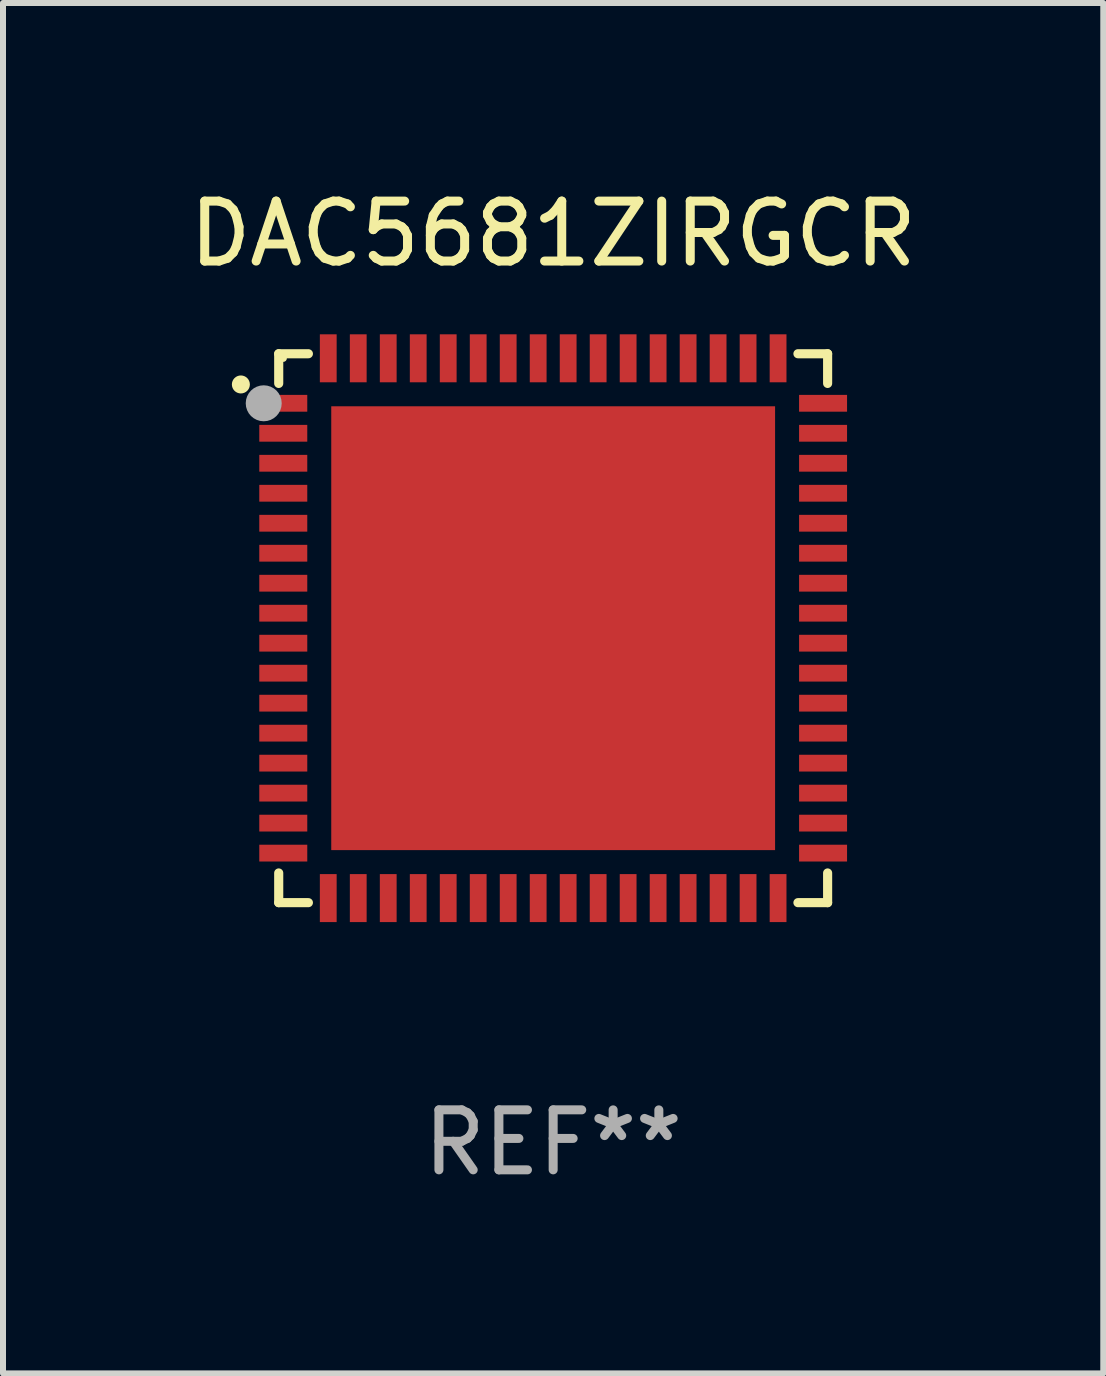
<source format=kicad_pcb>
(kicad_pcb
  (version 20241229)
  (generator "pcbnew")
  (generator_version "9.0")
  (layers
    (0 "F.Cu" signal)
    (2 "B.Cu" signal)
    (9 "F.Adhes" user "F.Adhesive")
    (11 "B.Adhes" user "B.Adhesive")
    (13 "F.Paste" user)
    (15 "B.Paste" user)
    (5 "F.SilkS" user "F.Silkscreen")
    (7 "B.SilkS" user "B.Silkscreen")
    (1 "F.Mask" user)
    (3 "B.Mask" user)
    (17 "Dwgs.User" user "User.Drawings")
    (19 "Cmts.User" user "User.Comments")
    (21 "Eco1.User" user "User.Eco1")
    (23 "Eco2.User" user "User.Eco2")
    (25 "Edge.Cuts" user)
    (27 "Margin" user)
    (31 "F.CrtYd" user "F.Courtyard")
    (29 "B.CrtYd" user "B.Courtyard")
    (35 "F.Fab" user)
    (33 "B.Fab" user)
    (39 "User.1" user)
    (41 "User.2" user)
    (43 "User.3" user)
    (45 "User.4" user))
  (footprint "DAC5681ZIRGCR"
    (layer "F.Cu")
    (at 6.173 7.424)
    (property "Reference" "DAC5681ZIRGCR" (at 0 -6.576 0) (layer "F.SilkS") (effects (font (size 1 1) (thickness 0.15))))
    (attr through_hole)
    (fp_line (start -4.576 -4.576) (end -4.576 -4.081) (stroke (width 0.152) (type solid)) (layer "F.SilkS"))
    (fp_line (start -4.576 4.576) (end -4.576 4.081) (stroke (width 0.152) (type solid)) (layer "F.SilkS"))
    (fp_line (start -4.081 -4.576) (end -4.576 -4.576) (stroke (width 0.152) (type solid)) (layer "F.SilkS"))
    (fp_line (start -4.081 4.576) (end -4.576 4.576) (stroke (width 0.152) (type solid)) (layer "F.SilkS"))
    (fp_line (start 4.081 -4.576) (end 4.576 -4.576) (stroke (width 0.152) (type solid)) (layer "F.SilkS"))
    (fp_line (start 4.081 4.576) (end 4.576 4.576) (stroke (width 0.152) (type solid)) (layer "F.SilkS"))
    (fp_line (start 4.576 -4.576) (end 4.576 -4.081) (stroke (width 0.152) (type solid)) (layer "F.SilkS"))
    (fp_line (start 4.576 4.576) (end 4.576 4.081) (stroke (width 0.152) (type solid)) (layer "F.SilkS"))
    (fp_circle (center -5.207 -4.064) (end -5.132 -4.064) (stroke (width 0.15) (type solid)) (fill no) (layer "F.SilkS"))
    (fp_circle (center -4.5 -4.5) (end -4.47 -4.5) (stroke (width 0.06) (type solid)) (fill no) (layer "F.SilkS"))
    (fp_circle (center -4.826 -3.75) (end -4.676 -3.75) (stroke (width 0.3) (type solid)) (fill no) (layer "F.Fab"))
    (fp_text user "REF**" (at 0 8.576 0) (layer "F.Fab") (effects (font (size 1 1) (thickness 0.15))))
    (pad "1" smd rect (at -4.5 -3.75) (size 0.8 0.28) (layers "F.Cu" "F.Mask" "F.Paste"))
    (pad "2" smd rect (at -4.5 -3.25) (size 0.8 0.28) (layers "F.Cu" "F.Mask" "F.Paste"))
    (pad "3" smd rect (at -4.5 -2.75) (size 0.8 0.28) (layers "F.Cu" "F.Mask" "F.Paste"))
    (pad "4" smd rect (at -4.5 -2.25) (size 0.8 0.28) (layers "F.Cu" "F.Mask" "F.Paste"))
    (pad "5" smd rect (at -4.5 -1.75) (size 0.8 0.28) (layers "F.Cu" "F.Mask" "F.Paste"))
    (pad "6" smd rect (at -4.5 -1.25) (size 0.8 0.28) (layers "F.Cu" "F.Mask" "F.Paste"))
    (pad "7" smd rect (at -4.5 -0.75) (size 0.8 0.28) (layers "F.Cu" "F.Mask" "F.Paste"))
    (pad "8" smd rect (at -4.5 -0.25) (size 0.8 0.28) (layers "F.Cu" "F.Mask" "F.Paste"))
    (pad "9" smd rect (at -4.5 0.25) (size 0.8 0.28) (layers "F.Cu" "F.Mask" "F.Paste"))
    (pad "10" smd rect (at -4.5 0.75) (size 0.8 0.28) (layers "F.Cu" "F.Mask" "F.Paste"))
    (pad "11" smd rect (at -4.5 1.25) (size 0.8 0.28) (layers "F.Cu" "F.Mask" "F.Paste"))
    (pad "12" smd rect (at -4.5 1.75) (size 0.8 0.28) (layers "F.Cu" "F.Mask" "F.Paste"))
    (pad "13" smd rect (at -4.5 2.25) (size 0.8 0.28) (layers "F.Cu" "F.Mask" "F.Paste"))
    (pad "14" smd rect (at -4.5 2.75) (size 0.8 0.28) (layers "F.Cu" "F.Mask" "F.Paste"))
    (pad "15" smd rect (at -4.5 3.25) (size 0.8 0.28) (layers "F.Cu" "F.Mask" "F.Paste"))
    (pad "16" smd rect (at -4.5 3.75) (size 0.8 0.28) (layers "F.Cu" "F.Mask" "F.Paste"))
    (pad "17" smd rect (at -3.75 4.5) (size 0.28 0.8) (layers "F.Cu" "F.Mask" "F.Paste"))
    (pad "18" smd rect (at -3.25 4.5) (size 0.28 0.8) (layers "F.Cu" "F.Mask" "F.Paste"))
    (pad "19" smd rect (at -2.75 4.5) (size 0.28 0.8) (layers "F.Cu" "F.Mask" "F.Paste"))
    (pad "20" smd rect (at -2.25 4.5) (size 0.28 0.8) (layers "F.Cu" "F.Mask" "F.Paste"))
    (pad "21" smd rect (at -1.75 4.5) (size 0.28 0.8) (layers "F.Cu" "F.Mask" "F.Paste"))
    (pad "22" smd rect (at -1.25 4.5) (size 0.28 0.8) (layers "F.Cu" "F.Mask" "F.Paste"))
    (pad "23" smd rect (at -0.75 4.5) (size 0.28 0.8) (layers "F.Cu" "F.Mask" "F.Paste"))
    (pad "24" smd rect (at -0.25 4.5) (size 0.28 0.8) (layers "F.Cu" "F.Mask" "F.Paste"))
    (pad "25" smd rect (at 0.25 4.5) (size 0.28 0.8) (layers "F.Cu" "F.Mask" "F.Paste"))
    (pad "26" smd rect (at 0.75 4.5) (size 0.28 0.8) (layers "F.Cu" "F.Mask" "F.Paste"))
    (pad "27" smd rect (at 1.25 4.5) (size 0.28 0.8) (layers "F.Cu" "F.Mask" "F.Paste"))
    (pad "28" smd rect (at 1.75 4.5) (size 0.28 0.8) (layers "F.Cu" "F.Mask" "F.Paste"))
    (pad "29" smd rect (at 2.25 4.5) (size 0.28 0.8) (layers "F.Cu" "F.Mask" "F.Paste"))
    (pad "30" smd rect (at 2.75 4.5) (size 0.28 0.8) (layers "F.Cu" "F.Mask" "F.Paste"))
    (pad "31" smd rect (at 3.25 4.5) (size 0.28 0.8) (layers "F.Cu" "F.Mask" "F.Paste"))
    (pad "32" smd rect (at 3.75 4.5) (size 0.28 0.8) (layers "F.Cu" "F.Mask" "F.Paste"))
    (pad "33" smd rect (at 4.5 3.75) (size 0.8 0.28) (layers "F.Cu" "F.Mask" "F.Paste"))
    (pad "34" smd rect (at 4.5 3.25) (size 0.8 0.28) (layers "F.Cu" "F.Mask" "F.Paste"))
    (pad "35" smd rect (at 4.5 2.75) (size 0.8 0.28) (layers "F.Cu" "F.Mask" "F.Paste"))
    (pad "36" smd rect (at 4.5 2.25) (size 0.8 0.28) (layers "F.Cu" "F.Mask" "F.Paste"))
    (pad "37" smd rect (at 4.5 1.75) (size 0.8 0.28) (layers "F.Cu" "F.Mask" "F.Paste"))
    (pad "38" smd rect (at 4.5 1.25) (size 0.8 0.28) (layers "F.Cu" "F.Mask" "F.Paste"))
    (pad "39" smd rect (at 4.5 0.75) (size 0.8 0.28) (layers "F.Cu" "F.Mask" "F.Paste"))
    (pad "40" smd rect (at 4.5 0.25) (size 0.8 0.28) (layers "F.Cu" "F.Mask" "F.Paste"))
    (pad "41" smd rect (at 4.5 -0.25) (size 0.8 0.28) (layers "F.Cu" "F.Mask" "F.Paste"))
    (pad "42" smd rect (at 4.5 -0.75) (size 0.8 0.28) (layers "F.Cu" "F.Mask" "F.Paste"))
    (pad "43" smd rect (at 4.5 -1.25) (size 0.8 0.28) (layers "F.Cu" "F.Mask" "F.Paste"))
    (pad "44" smd rect (at 4.5 -1.75) (size 0.8 0.28) (layers "F.Cu" "F.Mask" "F.Paste"))
    (pad "45" smd rect (at 4.5 -2.25) (size 0.8 0.28) (layers "F.Cu" "F.Mask" "F.Paste"))
    (pad "46" smd rect (at 4.5 -2.75) (size 0.8 0.28) (layers "F.Cu" "F.Mask" "F.Paste"))
    (pad "47" smd rect (at 4.5 -3.25) (size 0.8 0.28) (layers "F.Cu" "F.Mask" "F.Paste"))
    (pad "48" smd rect (at 4.5 -3.75) (size 0.8 0.28) (layers "F.Cu" "F.Mask" "F.Paste"))
    (pad "49" smd rect (at 3.75 -4.5) (size 0.28 0.8) (layers "F.Cu" "F.Mask" "F.Paste"))
    (pad "50" smd rect (at 3.25 -4.5) (size 0.28 0.8) (layers "F.Cu" "F.Mask" "F.Paste"))
    (pad "51" smd rect (at 2.75 -4.5) (size 0.28 0.8) (layers "F.Cu" "F.Mask" "F.Paste"))
    (pad "52" smd rect (at 2.25 -4.5) (size 0.28 0.8) (layers "F.Cu" "F.Mask" "F.Paste"))
    (pad "53" smd rect (at 1.75 -4.5) (size 0.28 0.8) (layers "F.Cu" "F.Mask" "F.Paste"))
    (pad "54" smd rect (at 1.25 -4.5) (size 0.28 0.8) (layers "F.Cu" "F.Mask" "F.Paste"))
    (pad "55" smd rect (at 0.75 -4.5) (size 0.28 0.8) (layers "F.Cu" "F.Mask" "F.Paste"))
    (pad "56" smd rect (at 0.25 -4.5) (size 0.28 0.8) (layers "F.Cu" "F.Mask" "F.Paste"))
    (pad "57" smd rect (at -0.25 -4.5) (size 0.28 0.8) (layers "F.Cu" "F.Mask" "F.Paste"))
    (pad "58" smd rect (at -0.75 -4.5) (size 0.28 0.8) (layers "F.Cu" "F.Mask" "F.Paste"))
    (pad "59" smd rect (at -1.25 -4.5) (size 0.28 0.8) (layers "F.Cu" "F.Mask" "F.Paste"))
    (pad "60" smd rect (at -1.75 -4.5) (size 0.28 0.8) (layers "F.Cu" "F.Mask" "F.Paste"))
    (pad "61" smd rect (at -2.25 -4.5) (size 0.28 0.8) (layers "F.Cu" "F.Mask" "F.Paste"))
    (pad "62" smd rect (at -2.75 -4.5) (size 0.28 0.8) (layers "F.Cu" "F.Mask" "F.Paste"))
    (pad "63" smd rect (at -3.25 -4.5) (size 0.28 0.8) (layers "F.Cu" "F.Mask" "F.Paste"))
    (pad "64" smd rect (at -3.75 -4.5) (size 0.28 0.8) (layers "F.Cu" "F.Mask" "F.Paste"))
    (pad "65" smd rect (at 0 0) (size 7.4 7.4) (layers "F.Cu" "F.Mask" "F.Paste")))
  (gr_rect
    (start -3 -3)
    (end 15.345 19.849)
    (stroke (width 0.1) (type default))
    (fill no)
    (layer "Edge.Cuts")))
</source>
